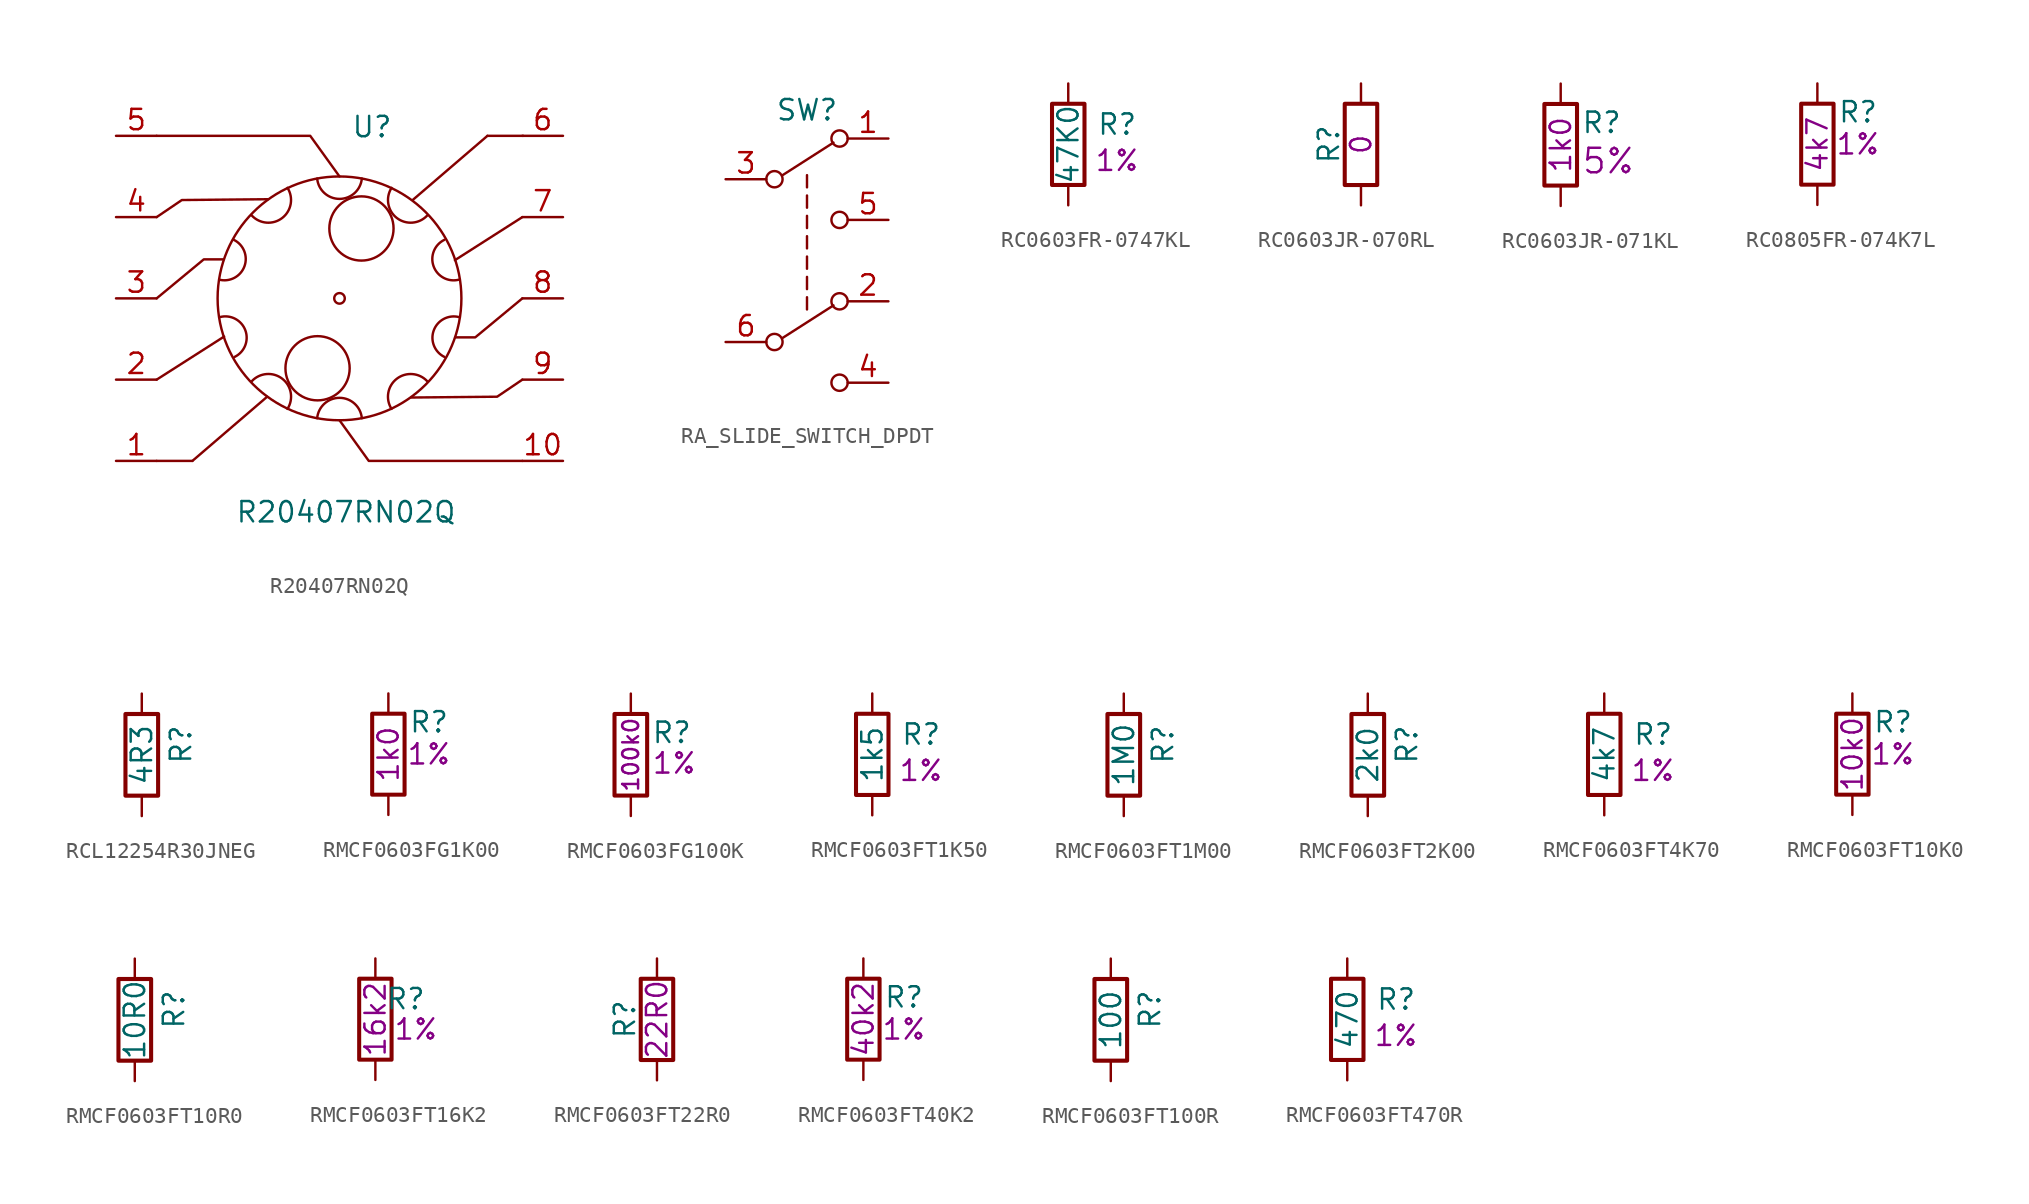
<source format=kicad_sym>
(kicad_symbol_lib
  (version 20210619)
  (generator kicad_symbol_editor)
  (symbol "custom:R20407RN02Q"
    (pin_names
      (offset 1.016))
    (property "Reference" "U"
      (at 2.032 10.719 0)
      (effects (font (size 1.27 1.27))))
    (property "Value" "R20407RN02Q"
      (at 0.406 -13.36 0)
      (effects (font (size 1.27 1.27))))
    (symbol "R20407RN02Q_0_1"
      (arc (start 1.397 -7.493) (end -1.397 -7.493) (radius (at 0 -7.62) (length 1.397) (angles 5.2 174.8)) (stroke (width 0)) (fill (type none)))
      (arc (start 3.2512 -6.9088) (end 5.4864 -5.1816) (radius (at 4.445 -6.1468) (length 1.4224) (angles -147.4 42.8)) (stroke (width 0)) (fill (type none)))
      (arc (start 6.5532 -3.6576) (end 7.4676 -1.1684) (radius (at 7.1374 -2.4638) (length 1.3208) (angles -116.1 75.7)) (stroke (width 0)) (fill (type none)))
      (circle (center -1.372 -4.369) (radius 2.007) (stroke (width 0)) (fill (type none)))
      (circle (center 0 0) (radius 0.33) (stroke (width 0)) (fill (type none)))
      (polyline (pts (xy -11.43 -10.16) (xy -9.195 -10.16)) (stroke (width 0)) (fill (type none)))
      (polyline (pts (xy -11.43 -5.08) (xy -7.214 -2.388)) (stroke (width 0)) (fill (type none)))
      (polyline (pts (xy -9.195 -10.16) (xy -4.521 -6.147)) (stroke (width 0)) (fill (type none)))
      (polyline (pts (xy -11.43 0) (xy -8.484 2.438) (xy -7.264 2.438)) (stroke (width 0)) (fill (type none)))
      (polyline (pts (xy -11.43 5.08) (xy -9.855 6.147) (xy -4.47 6.198)) (stroke (width 0)) (fill (type none)))
      (polyline (pts (xy 0 7.62) (xy -1.829 10.16) (xy -11.43 10.16)) (stroke (width 0)) (fill (type none))))
    (symbol "R20407RN02Q_1_1"
      (arc (start -6.604 3.6576) (end -7.5184 1.1684) (radius (at -7.1882 2.4638) (length 1.3208) (angles 63.9 -104.3)) (stroke (width 0)) (fill (type none)))
      (arc (start -7.4676 -1.1684) (end -6.5532 -3.6576) (radius (at -7.1374 -2.4638) (length 1.3208) (angles 104.3 -63.9)) (stroke (width 0)) (fill (type none)))
      (arc (start -5.4864 -5.1816) (end -3.2512 -6.9088) (radius (at -4.445 -6.1468) (length 1.4224) (angles 137.2 -32.6)) (stroke (width 0)) (fill (type none)))
      (arc (start -3.2512 6.9088) (end -5.4864 5.1816) (radius (at -4.445 6.1468) (length 1.4224) (angles 32.6 -137.2)) (stroke (width 0)) (fill (type none)))
      (arc (start -1.397 7.493) (end 1.397 7.493) (radius (at 0 7.62) (length 1.397) (angles -174.8 -5.2)) (stroke (width 0)) (fill (type none)))
      (arc (start 5.4864 5.1816) (end 3.2512 6.9088) (radius (at 4.445 6.1468) (length 1.4224) (angles -42.8 147.4)) (stroke (width 0)) (fill (type none)))
      (arc (start 7.4676 1.1684) (end 6.5532 3.6576) (radius (at 7.1374 2.4638) (length 1.3208) (angles -75.7 116.1)) (stroke (width 0)) (fill (type none)))
      (circle (center 0 0) (radius 7.62) (stroke (width 0)) (fill (type none)))
      (circle (center 1.372 4.369) (radius 2.007) (stroke (width 0)) (fill (type none)))
      (polyline (pts (xy 9.246 10.16) (xy 4.572 6.147)) (stroke (width 0)) (fill (type none)))
      (polyline (pts (xy 11.43 5.08) (xy 7.214 2.388)) (stroke (width 0)) (fill (type none)))
      (polyline (pts (xy 11.481 10.16) (xy 9.246 10.16)) (stroke (width 0)) (fill (type none)))
      (polyline (pts (xy 0 -7.62) (xy 1.829 -10.16) (xy 11.43 -10.16)) (stroke (width 0)) (fill (type none)))
      (polyline (pts (xy 11.43 -5.08) (xy 9.855 -6.147) (xy 4.47 -6.198)) (stroke (width 0)) (fill (type none)))
      (polyline (pts (xy 11.43 0) (xy 8.484 -2.438) (xy 7.264 -2.438)) (stroke (width 0)) (fill (type none)))
      (pin passive line (at -13.97 -10.16 0) (length 2.54) (name "~" (effects (font (size 1.27 1.27)))) (number "1" (effects (font (size 1.27 1.27)))))
      (pin passive line (at 13.97 -10.16 180) (length 2.54) (name "~" (effects (font (size 1.27 1.27)))) (number "10" (effects (font (size 1.27 1.27)))))
      (pin passive line (at -13.97 -5.08 0) (length 2.54) (name "~" (effects (font (size 1.27 1.27)))) (number "2" (effects (font (size 1.27 1.27)))))
      (pin passive line (at -13.97 0 0) (length 2.54) (name "~" (effects (font (size 1.27 1.27)))) (number "3" (effects (font (size 1.27 1.27)))))
      (pin passive line (at -13.97 5.08 0) (length 2.54) (name "~" (effects (font (size 1.27 1.27)))) (number "4" (effects (font (size 1.27 1.27)))))
      (pin passive line (at -13.97 10.16 0) (length 2.54) (name "~" (effects (font (size 1.27 1.27)))) (number "5" (effects (font (size 1.27 1.27)))))
      (pin passive line (at 13.97 10.16 180) (length 2.54) (name "~" (effects (font (size 1.27 1.27)))) (number "6" (effects (font (size 1.27 1.27)))))
      (pin passive line (at 13.97 5.08 180) (length 2.54) (name "~" (effects (font (size 1.27 1.27)))) (number "7" (effects (font (size 1.27 1.27)))))
      (pin passive line (at 13.97 0 180) (length 2.54) (name "~" (effects (font (size 1.27 1.27)))) (number "8" (effects (font (size 1.27 1.27)))))
      (pin passive line (at 13.97 -5.08 180) (length 2.54) (name "~" (effects (font (size 1.27 1.27)))) (number "9" (effects (font (size 1.27 1.27)))))))
  (symbol "custom:RA_SLIDE_SWITCH_DPDT"
    (pin_names
      (offset 0) hide)
    (property "Reference" "SW"
      (at 0 4.318 0)
      (effects (font (size 1.27 1.27))))
    (symbol "RA_SLIDE_SWITCH_DPDT_0_0"
      (circle (center -2.032 0) (radius 0.508) (stroke (width 0)) (fill (type none)))
      (circle (center 2.032 -2.54) (radius 0.508) (stroke (width 0)) (fill (type none))))
    (symbol "RA_SLIDE_SWITCH_DPDT_0_1"
      (circle (center 2.032 2.54) (radius 0.508) (stroke (width 0)) (fill (type none)))
      (polyline (pts (xy -1.524 0.254) (xy 1.651 2.286)) (stroke (width 0)) (fill (type none)))
      (polyline (pts (xy 0 -8.128) (xy 0 -7.366)) (stroke (width 0)) (fill (type none)))
      (polyline (pts (xy 0 -6.858) (xy 0 -6.096)) (stroke (width 0)) (fill (type none)))
      (polyline (pts (xy 0 -5.588) (xy 0 -4.826)) (stroke (width 0)) (fill (type none)))
      (polyline (pts (xy 0 -4.318) (xy 0 -3.556)) (stroke (width 0)) (fill (type none)))
      (polyline (pts (xy 0 -3.048) (xy 0 -2.286)) (stroke (width 0)) (fill (type none)))
      (polyline (pts (xy 0 -1.778) (xy 0 -1.016)) (stroke (width 0)) (fill (type none)))
      (polyline (pts (xy 0 -0.508) (xy 0 0.254)) (stroke (width 0)) (fill (type none))))
    (symbol "RA_SLIDE_SWITCH_DPDT_1_0"
      (circle (center -2.032 -10.16) (radius 0.508) (stroke (width 0)) (fill (type none)))
      (circle (center 2.032 -12.7) (radius 0.508) (stroke (width 0)) (fill (type none))))
    (symbol "RA_SLIDE_SWITCH_DPDT_1_1"
      (circle (center 2.032 -7.62) (radius 0.508) (stroke (width 0)) (fill (type none)))
      (polyline (pts (xy -1.524 -9.906) (xy 1.651 -7.874)) (stroke (width 0)) (fill (type none)))
      (pin passive line (at 5.08 2.54 180) (length 2.54) (name "A" (effects (font (size 1.27 1.27)))) (number "1" (effects (font (size 1.27 1.27)))))
      (pin input line (at 5.08 -7.62 180) (length 2.54) (name "~" (effects (font (size 1.27 1.27)))) (number "2" (effects (font (size 1.27 1.27)))))
      (pin passive line (at -5.08 0 0) (length 2.54) (name "B" (effects (font (size 1.27 1.27)))) (number "3" (effects (font (size 1.27 1.27)))))
      (pin input line (at 5.08 -12.7 180) (length 2.54) (name "~" (effects (font (size 1.27 1.27)))) (number "4" (effects (font (size 1.27 1.27)))))
      (pin passive line (at 5.08 -2.54 180) (length 2.54) (name "C" (effects (font (size 1.27 1.27)))) (number "5" (effects (font (size 1.27 1.27)))))
      (pin input line (at -5.08 -10.16 0) (length 2.54) (name "~" (effects (font (size 1.27 1.27)))) (number "6" (effects (font (size 1.27 1.27)))))))
  (symbol "custom:RC0603FR-0747KL"
    (pin_numbers hide)
    (pin_names
      (offset 0))
    (property "Reference" "R"
      (at 1.778 0.508 0)
      (effects (font (size 1.27 1.27)) (justify left bottom)))
    (property "VALUE" "47K0"
      (at 0 0 90)
      (effects (font (size 1.27 1.27))))
    (property "TOLERANCE" "1%"
      (at 3.048 -1.016 0)
      (effects (font (size 1.27 1.27))))
    (symbol "RC0603FR-0747KL_0_1"
      (rectangle (start -1.016 -2.54) (end 1.016 2.54) (stroke (width 0.254)) (fill (type none))))
    (symbol "RC0603FR-0747KL_1_1"
      (pin passive line (at 0 3.81 270) (length 1.27) (name "~" (effects (font (size 1.27 1.27)))) (number "1" (effects (font (size 1.27 1.27)))))
      (pin passive line (at 0 -3.81 90) (length 1.27) (name "~" (effects (font (size 1.27 1.27)))) (number "2" (effects (font (size 1.27 1.27)))))))
  (symbol "custom:RC0603JR-070RL"
    (pin_numbers hide)
    (pin_names
      (offset 0))
    (property "Reference" "R"
      (at -1.27 -1.27 90)
      (effects (font (size 1.27 1.27)) (justify left bottom)))
    (property "Resistance" "0"
      (at 0 0 90)
      (effects (font (size 1.27 1.27))))
    (symbol "RC0603JR-070RL_0_1"
      (rectangle (start -1.016 -2.54) (end 1.016 2.54) (stroke (width 0.254)) (fill (type none))))
    (symbol "RC0603JR-070RL_1_1"
      (pin passive line (at 0 3.81 270) (length 1.27) (name "~" (effects (font (size 1.27 1.27)))) (number "1" (effects (font (size 1.27 1.27)))))
      (pin passive line (at 0 -3.81 90) (length 1.27) (name "~" (effects (font (size 1.27 1.27)))) (number "2" (effects (font (size 1.27 1.27)))))))
  (symbol "custom:RC0603JR-071KL"
    (pin_numbers hide)
    (pin_names
      (offset 0))
    (property "Reference" "R"
      (at 1.27 0.635 0)
      (effects (font (size 1.27 1.27)) (justify left bottom)))
    (property "Resistance" "1k0"
      (at 0 0 90)
      (effects (font (size 1.27 1.27))))
    (property "TOLERANCE" "5%"
      (at 1.27 -1.905 0)
      (effects (font (size 1.524 1.524)) (justify left bottom)))
    (symbol "RC0603JR-071KL_0_1"
      (rectangle (start -1.016 2.54) (end 1.016 -2.54) (stroke (width 0.254)) (fill (type none))))
    (symbol "RC0603JR-071KL_1_1"
      (pin passive line (at 0 3.81 270) (length 1.27) (name "~" (effects (font (size 1.27 1.27)))) (number "1" (effects (font (size 1.27 1.27)))))
      (pin passive line (at 0 -3.81 90) (length 1.27) (name "~" (effects (font (size 1.27 1.27)))) (number "2" (effects (font (size 1.27 1.27)))))))
  (symbol "custom:RC0805FR-074K7L"
    (pin_numbers hide)
    (pin_names
      (offset 0))
    (property "Reference" "R"
      (at 1.27 1.27 0)
      (effects (font (size 1.27 1.27)) (justify left bottom)))
    (property "Resistance" "4k7"
      (at 0 0 90)
      (effects (font (size 1.27 1.27))))
    (property "TOLERANCE" "1%"
      (at 2.54 0 0)
      (effects (font (size 1.27 1.27))))
    (symbol "RC0805FR-074K7L_0_1"
      (rectangle (start -1.016 -2.54) (end 1.016 2.54) (stroke (width 0.254)) (fill (type none))))
    (symbol "RC0805FR-074K7L_1_1"
      (pin passive line (at 0 3.81 270) (length 1.27) (name "~" (effects (font (size 1.27 1.27)))) (number "1" (effects (font (size 1.27 1.27)))))
      (pin passive line (at 0 -3.81 90) (length 1.27) (name "~" (effects (font (size 1.27 1.27)))) (number "2" (effects (font (size 1.27 1.27)))))))
  (symbol "custom:RCL12254R30JNEG"
    (pin_numbers hide)
    (pin_names
      (offset 0))
    (property "Reference" "R"
      (at 3.175 -0.635 90)
      (effects (font (size 1.27 1.27)) (justify left bottom)))
    (property "VALUE" "4R3"
      (at 0 0 90)
      (effects (font (size 1.27 1.27))))
    (symbol "RCL12254R30JNEG_0_1"
      (rectangle (start -1.016 -2.54) (end 1.016 2.54) (stroke (width 0.254)) (fill (type none))))
    (symbol "RCL12254R30JNEG_1_1"
      (pin passive line (at 0 3.81 270) (length 1.27) (name "~" (effects (font (size 1.27 1.27)))) (number "1" (effects (font (size 1.27 1.27)))))
      (pin passive line (at 0 -3.81 90) (length 1.27) (name "~" (effects (font (size 1.27 1.27)))) (number "2" (effects (font (size 1.27 1.27)))))))
  (symbol "custom:RMCF0603FG1K00"
    (pin_numbers hide)
    (pin_names
      (offset 0))
    (property "Reference" "R"
      (at 1.27 1.27 0)
      (effects (font (size 1.27 1.27)) (justify left bottom)))
    (property "Resistance" "1k0"
      (at 0 0 90)
      (effects (font (size 1.27 1.27))))
    (property "TOLERANCE" "1%"
      (at 2.54 0 0)
      (effects (font (size 1.27 1.27))))
    (symbol "RMCF0603FG1K00_0_1"
      (rectangle (start -1.016 -2.54) (end 1.016 2.54) (stroke (width 0.254)) (fill (type none))))
    (symbol "RMCF0603FG1K00_1_1"
      (pin passive line (at 0 3.81 270) (length 1.27) (name "~" (effects (font (size 1.27 1.27)))) (number "1" (effects (font (size 1.27 1.27)))))
      (pin passive line (at 0 -3.81 90) (length 1.27) (name "~" (effects (font (size 1.27 1.27)))) (number "2" (effects (font (size 1.27 1.27)))))))
  (symbol "custom:RMCF0603FG100K"
    (pin_numbers hide)
    (pin_names
      (offset 0))
    (property "Reference" "R"
      (at 1.27 0.635 0)
      (effects (font (size 1.27 1.27)) (justify left bottom)))
    (property "RESISTANCE" "100k0"
      (at 0 0 90)
      (effects (font (size 0.991 0.991))))
    (property "TOLERANCE" "1%"
      (at 1.27 -1.27 0)
      (effects (font (size 1.27 1.27)) (justify left bottom)))
    (symbol "RMCF0603FG100K_0_1"
      (rectangle (start -1.016 -2.54) (end 1.016 2.54) (stroke (width 0.254)) (fill (type none))))
    (symbol "RMCF0603FG100K_1_1"
      (pin passive line (at 0 3.81 270) (length 1.27) (name "~" (effects (font (size 1.27 1.27)))) (number "1" (effects (font (size 1.27 1.27)))))
      (pin passive line (at 0 -3.81 90) (length 1.27) (name "~" (effects (font (size 1.27 1.27)))) (number "2" (effects (font (size 1.27 1.27)))))))
  (symbol "custom:RMCF0603FT1K50"
    (pin_numbers hide)
    (pin_names
      (offset 0))
    (property "Reference" "R"
      (at 1.778 0.508 0)
      (effects (font (size 1.27 1.27)) (justify left bottom)))
    (property "VALUE" "1k5"
      (at 0 0 90)
      (effects (font (size 1.27 1.27))))
    (property "TOLERANCE" "1%"
      (at 3.048 -1.016 0)
      (effects (font (size 1.27 1.27))))
    (symbol "RMCF0603FT1K50_0_1"
      (rectangle (start -1.016 -2.54) (end 1.016 2.54) (stroke (width 0.254)) (fill (type none))))
    (symbol "RMCF0603FT1K50_1_1"
      (pin passive line (at 0 3.81 270) (length 1.27) (name "~" (effects (font (size 1.27 1.27)))) (number "1" (effects (font (size 1.27 1.27)))))
      (pin passive line (at 0 -3.81 90) (length 1.27) (name "~" (effects (font (size 1.27 1.27)))) (number "2" (effects (font (size 1.27 1.27)))))))
  (symbol "custom:RMCF0603FT1M00"
    (pin_numbers hide)
    (pin_names
      (offset 0))
    (property "Reference" "R"
      (at 3.175 -0.635 90)
      (effects (font (size 1.27 1.27)) (justify left bottom)))
    (property "VALUE" "1M0"
      (at 0 0 90)
      (effects (font (size 1.27 1.27))))
    (symbol "RMCF0603FT1M00_0_1"
      (rectangle (start -1.016 -2.54) (end 1.016 2.54) (stroke (width 0.254)) (fill (type none))))
    (symbol "RMCF0603FT1M00_1_1"
      (pin passive line (at 0 3.81 270) (length 1.27) (name "~" (effects (font (size 1.27 1.27)))) (number "1" (effects (font (size 1.27 1.27)))))
      (pin passive line (at 0 -3.81 90) (length 1.27) (name "~" (effects (font (size 1.27 1.27)))) (number "2" (effects (font (size 1.27 1.27)))))))
  (symbol "custom:RMCF0603FT2K00"
    (pin_numbers hide)
    (pin_names
      (offset 0))
    (property "Reference" "R"
      (at 3.175 -0.635 90)
      (effects (font (size 1.27 1.27)) (justify left bottom)))
    (property "VALUE" "2k0"
      (at 0 0 90)
      (effects (font (size 1.27 1.27))))
    (symbol "RMCF0603FT2K00_0_1"
      (rectangle (start -1.016 -2.54) (end 1.016 2.54) (stroke (width 0.254)) (fill (type none))))
    (symbol "RMCF0603FT2K00_1_1"
      (pin passive line (at 0 3.81 270) (length 1.27) (name "~" (effects (font (size 1.27 1.27)))) (number "1" (effects (font (size 1.27 1.27)))))
      (pin passive line (at 0 -3.81 90) (length 1.27) (name "~" (effects (font (size 1.27 1.27)))) (number "2" (effects (font (size 1.27 1.27)))))))
  (symbol "custom:RMCF0603FT4K70"
    (pin_numbers hide)
    (pin_names
      (offset 0))
    (property "Reference" "R"
      (at 1.778 0.508 0)
      (effects (font (size 1.27 1.27)) (justify left bottom)))
    (property "VALUE" "4k7"
      (at 0 0 90)
      (effects (font (size 1.27 1.27))))
    (property "TOLERANCE" "1%"
      (at 3.048 -1.016 0)
      (effects (font (size 1.27 1.27))))
    (symbol "RMCF0603FT4K70_0_1"
      (rectangle (start -1.016 -2.54) (end 1.016 2.54) (stroke (width 0.254)) (fill (type none))))
    (symbol "RMCF0603FT4K70_1_1"
      (pin passive line (at 0 3.81 270) (length 1.27) (name "~" (effects (font (size 1.27 1.27)))) (number "1" (effects (font (size 1.27 1.27)))))
      (pin passive line (at 0 -3.81 90) (length 1.27) (name "~" (effects (font (size 1.27 1.27)))) (number "2" (effects (font (size 1.27 1.27)))))))
  (symbol "custom:RMCF0603FT10K0"
    (pin_numbers hide)
    (pin_names
      (offset 0))
    (property "Reference" "R"
      (at 1.27 1.27 0)
      (effects (font (size 1.27 1.27)) (justify left bottom)))
    (property "Resistance" "10k0"
      (at 0 0 90)
      (effects (font (size 1.27 1.27))))
    (property "TOLERANCE" "1%"
      (at 2.54 0 0)
      (effects (font (size 1.27 1.27))))
    (symbol "RMCF0603FT10K0_0_1"
      (rectangle (start -1.016 -2.54) (end 1.016 2.54) (stroke (width 0.254)) (fill (type none))))
    (symbol "RMCF0603FT10K0_1_1"
      (pin passive line (at 0 3.81 270) (length 1.27) (name "~" (effects (font (size 1.27 1.27)))) (number "1" (effects (font (size 1.27 1.27)))))
      (pin passive line (at 0 -3.81 90) (length 1.27) (name "~" (effects (font (size 1.27 1.27)))) (number "2" (effects (font (size 1.27 1.27)))))))
  (symbol "custom:RMCF0603FT10R0"
    (pin_numbers hide)
    (pin_names
      (offset 0))
    (property "Reference" "R"
      (at 3.175 -0.635 90)
      (effects (font (size 1.27 1.27)) (justify left bottom)))
    (property "VALUE" "10R0"
      (at 0 0 90)
      (effects (font (size 1.27 1.27))))
    (symbol "RMCF0603FT10R0_0_1"
      (rectangle (start -1.016 -2.54) (end 1.016 2.54) (stroke (width 0.254)) (fill (type none))))
    (symbol "RMCF0603FT10R0_1_1"
      (pin passive line (at 0 3.81 270) (length 1.27) (name "~" (effects (font (size 1.27 1.27)))) (number "1" (effects (font (size 1.27 1.27)))))
      (pin passive line (at 0 -3.81 90) (length 1.27) (name "~" (effects (font (size 1.27 1.27)))) (number "2" (effects (font (size 1.27 1.27)))))))
  (symbol "custom:RMCF0603FT16K2"
    (pin_numbers hide)
    (pin_names
      (offset 0))
    (property "Reference" "R"
      (at 1.905 1.27 0)
      (effects (font (size 1.27 1.27))))
    (property "RESISTANCE" "16k2"
      (at 0 0 90)
      (effects (font (size 1.27 1.27))))
    (property "TOLERANCE" "1%"
      (at 2.54 -0.635 0)
      (effects (font (size 1.27 1.27))))
    (symbol "RMCF0603FT16K2_0_1"
      (rectangle (start -1.016 -2.54) (end 1.016 2.54) (stroke (width 0.254)) (fill (type none))))
    (symbol "RMCF0603FT16K2_1_1"
      (pin passive line (at 0 3.81 270) (length 1.27) (name "~" (effects (font (size 1.27 1.27)))) (number "1" (effects (font (size 1.27 1.27)))))
      (pin passive line (at 0 -3.81 90) (length 1.27) (name "~" (effects (font (size 1.27 1.27)))) (number "2" (effects (font (size 1.27 1.27)))))))
  (symbol "custom:RMCF0603FT22R0"
    (pin_numbers hide)
    (pin_names
      (offset 0))
    (property "Reference" "R"
      (at -1.27 -1.27 90)
      (effects (font (size 1.27 1.27)) (justify left bottom)))
    (property "Resistance" "22R0"
      (at 0 0 90)
      (effects (font (size 1.27 1.27))))
    (symbol "RMCF0603FT22R0_0_1"
      (rectangle (start -1.016 2.54) (end 1.016 -2.54) (stroke (width 0.254)) (fill (type none))))
    (symbol "RMCF0603FT22R0_1_1"
      (pin passive line (at 0 3.81 270) (length 1.27) (name "~" (effects (font (size 1.27 1.27)))) (number "1" (effects (font (size 1.27 1.27)))))
      (pin passive line (at 0 -3.81 90) (length 1.27) (name "~" (effects (font (size 1.27 1.27)))) (number "2" (effects (font (size 1.27 1.27)))))))
  (symbol "custom:RMCF0603FT40K2"
    (pin_numbers hide)
    (pin_names
      (offset 0))
    (property "Reference" "R"
      (at 1.27 0.635 0)
      (effects (font (size 1.27 1.27)) (justify left bottom)))
    (property "Resistance" "40k2"
      (at 0 0 90)
      (effects (font (size 1.27 1.27))))
    (property "TOLERANCE" "1%"
      (at 2.54 -0.635 0)
      (effects (font (size 1.27 1.27))))
    (symbol "RMCF0603FT40K2_0_1"
      (rectangle (start -1.016 2.54) (end 1.016 -2.54) (stroke (width 0.254)) (fill (type none))))
    (symbol "RMCF0603FT40K2_1_1"
      (pin passive line (at 0 3.81 270) (length 1.27) (name "~" (effects (font (size 1.27 1.27)))) (number "1" (effects (font (size 1.27 1.27)))))
      (pin passive line (at 0 -3.81 90) (length 1.27) (name "~" (effects (font (size 1.27 1.27)))) (number "2" (effects (font (size 1.27 1.27)))))))
  (symbol "custom:RMCF0603FT100R"
    (pin_numbers hide)
    (pin_names
      (offset 0))
    (property "Reference" "R"
      (at 3.175 -0.635 90)
      (effects (font (size 1.27 1.27)) (justify left bottom)))
    (property "VALUE" "100"
      (at 0 0 90)
      (effects (font (size 1.27 1.27))))
    (symbol "RMCF0603FT100R_0_1"
      (rectangle (start -1.016 -2.54) (end 1.016 2.54) (stroke (width 0.254)) (fill (type none))))
    (symbol "RMCF0603FT100R_1_1"
      (pin passive line (at 0 3.81 270) (length 1.27) (name "~" (effects (font (size 1.27 1.27)))) (number "1" (effects (font (size 1.27 1.27)))))
      (pin passive line (at 0 -3.81 90) (length 1.27) (name "~" (effects (font (size 1.27 1.27)))) (number "2" (effects (font (size 1.27 1.27)))))))
  (symbol "custom:RMCF0603FT470R"
    (pin_numbers hide)
    (pin_names
      (offset 0))
    (property "Reference" "R"
      (at 1.778 0.508 0)
      (effects (font (size 1.27 1.27)) (justify left bottom)))
    (property "VALUE" "470"
      (at 0 0 90)
      (effects (font (size 1.27 1.27))))
    (property "TOLERANCE" "1%"
      (at 3.048 -1.016 0)
      (effects (font (size 1.27 1.27))))
    (symbol "RMCF0603FT470R_0_1"
      (rectangle (start -1.016 -2.54) (end 1.016 2.54) (stroke (width 0.254)) (fill (type none))))
    (symbol "RMCF0603FT470R_1_1"
      (pin passive line (at 0 3.81 270) (length 1.27) (name "~" (effects (font (size 1.27 1.27)))) (number "1" (effects (font (size 1.27 1.27)))))
      (pin passive line (at 0 -3.81 90) (length 1.27) (name "~" (effects (font (size 1.27 1.27)))) (number "2" (effects (font (size 1.27 1.27))))))))
</source>
